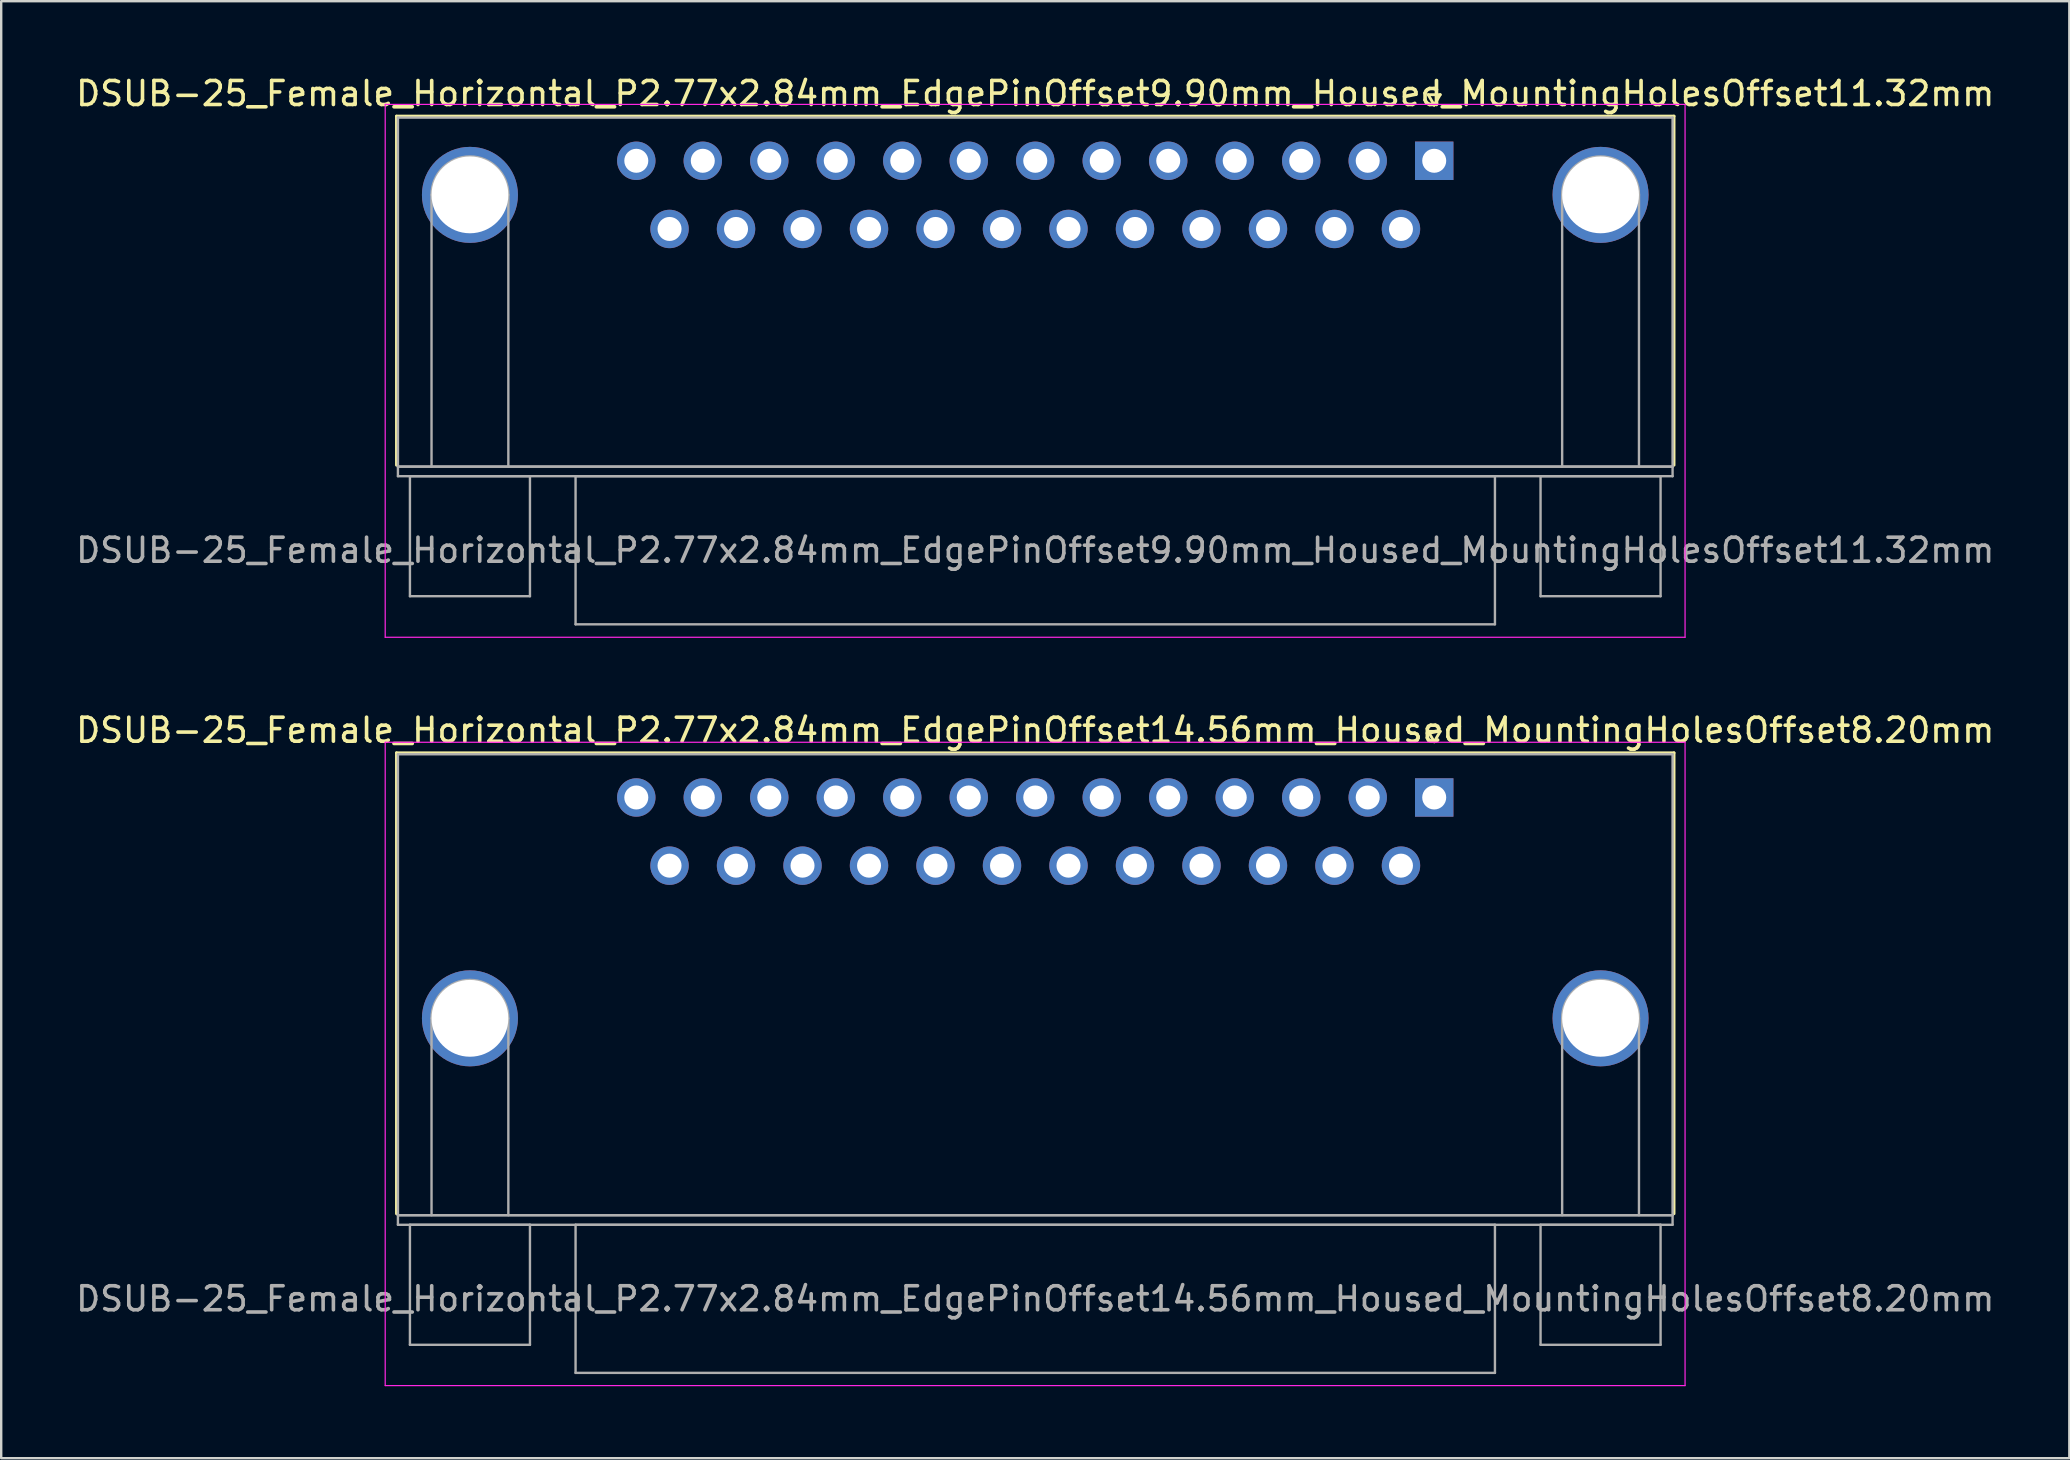
<source format=kicad_pcb>
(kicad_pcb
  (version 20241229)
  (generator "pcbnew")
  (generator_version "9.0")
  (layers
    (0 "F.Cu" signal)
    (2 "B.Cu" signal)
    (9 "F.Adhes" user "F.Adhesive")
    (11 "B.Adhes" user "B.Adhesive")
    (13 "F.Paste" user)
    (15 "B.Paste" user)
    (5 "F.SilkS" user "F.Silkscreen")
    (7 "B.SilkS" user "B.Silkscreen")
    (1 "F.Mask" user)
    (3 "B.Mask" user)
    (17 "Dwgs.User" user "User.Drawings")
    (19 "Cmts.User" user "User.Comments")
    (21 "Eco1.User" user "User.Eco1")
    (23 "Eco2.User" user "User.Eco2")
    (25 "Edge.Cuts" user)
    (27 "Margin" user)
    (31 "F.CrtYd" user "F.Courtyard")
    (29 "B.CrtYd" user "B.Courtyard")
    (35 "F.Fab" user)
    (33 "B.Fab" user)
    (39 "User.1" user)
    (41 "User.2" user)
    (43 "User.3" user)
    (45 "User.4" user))
  (footprint "DSUB-25_Female_Horizontal_P2.77x2.84mm_EdgePinOffset14.56mm_Housed_MountingHolesOffset8.20mm"
    (layer "F.Cu")
    (at 56.697 30.172)
    (property "Reference" "DSUB-25_Female_Horizontal_P2.77x2.84mm_EdgePinOffset14.56mm_Housed_MountingHolesOffset8.20mm" (at -16.62 -2.8 0) (layer "F.SilkS") (effects (font (size 1 1) (thickness 0.15))))
    (attr through_hole)
    (fp_line (start -43.23 -1.86) (end 9.99 -1.86) (stroke (width 0.12) (type solid)) (layer "F.SilkS"))
    (fp_line (start -43.23 17.34) (end -43.23 -1.86) (stroke (width 0.12) (type solid)) (layer "F.SilkS"))
    (fp_line (start -0.25 -2.754) (end 0.25 -2.754) (stroke (width 0.12) (type solid)) (layer "F.SilkS"))
    (fp_line (start 0 -2.321) (end -0.25 -2.754) (stroke (width 0.12) (type solid)) (layer "F.SilkS"))
    (fp_line (start 0.25 -2.754) (end 0 -2.321) (stroke (width 0.12) (type solid)) (layer "F.SilkS"))
    (fp_line (start 9.99 -1.86) (end 9.99 17.34) (stroke (width 0.12) (type solid)) (layer "F.SilkS"))
    (fp_line (start -43.7 -2.3) (end -43.7 24.5) (stroke (width 0.05) (type solid)) (layer "F.CrtYd"))
    (fp_line (start -43.7 24.5) (end 10.45 24.5) (stroke (width 0.05) (type solid)) (layer "F.CrtYd"))
    (fp_line (start 10.45 -2.3) (end -43.7 -2.3) (stroke (width 0.05) (type solid)) (layer "F.CrtYd"))
    (fp_line (start 10.45 24.5) (end 10.45 -2.3) (stroke (width 0.05) (type solid)) (layer "F.CrtYd"))
    (fp_line (start -43.17 -1.8) (end -43.17 17.4) (stroke (width 0.1) (type solid)) (layer "F.Fab"))
    (fp_line (start -43.17 17.4) (end -43.17 17.8) (stroke (width 0.1) (type solid)) (layer "F.Fab"))
    (fp_line (start -43.17 17.4) (end 9.93 17.4) (stroke (width 0.1) (type solid)) (layer "F.Fab"))
    (fp_line (start -43.17 17.8) (end 9.93 17.8) (stroke (width 0.1) (type solid)) (layer "F.Fab"))
    (fp_line (start -42.67 17.8) (end -42.67 22.8) (stroke (width 0.1) (type solid)) (layer "F.Fab"))
    (fp_line (start -42.67 22.8) (end -37.67 22.8) (stroke (width 0.1) (type solid)) (layer "F.Fab"))
    (fp_line (start -41.77 17.4) (end -41.77 9.2) (stroke (width 0.1) (type solid)) (layer "F.Fab"))
    (fp_line (start -38.57 17.4) (end -38.57 9.2) (stroke (width 0.1) (type solid)) (layer "F.Fab"))
    (fp_line (start -37.67 17.8) (end -42.67 17.8) (stroke (width 0.1) (type solid)) (layer "F.Fab"))
    (fp_line (start -37.67 22.8) (end -37.67 17.8) (stroke (width 0.1) (type solid)) (layer "F.Fab"))
    (fp_line (start -35.77 17.8) (end -35.77 23.97) (stroke (width 0.1) (type solid)) (layer "F.Fab"))
    (fp_line (start -35.77 23.97) (end 2.53 23.97) (stroke (width 0.1) (type solid)) (layer "F.Fab"))
    (fp_line (start 2.53 17.8) (end -35.77 17.8) (stroke (width 0.1) (type solid)) (layer "F.Fab"))
    (fp_line (start 2.53 23.97) (end 2.53 17.8) (stroke (width 0.1) (type solid)) (layer "F.Fab"))
    (fp_line (start 4.43 17.8) (end 4.43 22.8) (stroke (width 0.1) (type solid)) (layer "F.Fab"))
    (fp_line (start 4.43 22.8) (end 9.43 22.8) (stroke (width 0.1) (type solid)) (layer "F.Fab"))
    (fp_line (start 5.33 17.4) (end 5.33 9.2) (stroke (width 0.1) (type solid)) (layer "F.Fab"))
    (fp_line (start 8.53 17.4) (end 8.53 9.2) (stroke (width 0.1) (type solid)) (layer "F.Fab"))
    (fp_line (start 9.43 17.8) (end 4.43 17.8) (stroke (width 0.1) (type solid)) (layer "F.Fab"))
    (fp_line (start 9.43 22.8) (end 9.43 17.8) (stroke (width 0.1) (type solid)) (layer "F.Fab"))
    (fp_line (start 9.93 -1.8) (end -43.17 -1.8) (stroke (width 0.1) (type solid)) (layer "F.Fab"))
    (fp_line (start 9.93 17.4) (end -43.17 17.4) (stroke (width 0.1) (type solid)) (layer "F.Fab"))
    (fp_line (start 9.93 17.4) (end 9.93 -1.8) (stroke (width 0.1) (type solid)) (layer "F.Fab"))
    (fp_line (start 9.93 17.8) (end 9.93 17.4) (stroke (width 0.1) (type solid)) (layer "F.Fab"))
    (fp_arc (start -41.77 9.2) (mid -40.17 7.6) (end -38.57 9.2) (stroke (width 0.1) (type solid)) (layer "F.Fab"))
    (fp_arc (start 5.33 9.2) (mid 6.93 7.6) (end 8.53 9.2) (stroke (width 0.1) (type solid)) (layer "F.Fab"))
    (fp_text user "${REFERENCE}" (at -16.62 20.885 0) (layer "F.Fab") (effects (font (size 1 1) (thickness 0.15))))
    (pad "0" thru_hole circle (at -40.17 9.2) (size 4 4) (drill 3.2) (layers "*.Cu" "*.Mask"))
    (pad "0" thru_hole circle (at 6.93 9.2) (size 4 4) (drill 3.2) (layers "*.Cu" "*.Mask"))
    (pad "1" thru_hole rect (at 0 0) (size 1.6 1.6) (drill 1) (layers "*.Cu" "*.Mask"))
    (pad "2" thru_hole circle (at -2.77 0) (size 1.6 1.6) (drill 1) (layers "*.Cu" "*.Mask"))
    (pad "3" thru_hole circle (at -5.54 0) (size 1.6 1.6) (drill 1) (layers "*.Cu" "*.Mask"))
    (pad "4" thru_hole circle (at -8.31 0) (size 1.6 1.6) (drill 1) (layers "*.Cu" "*.Mask"))
    (pad "5" thru_hole circle (at -11.08 0) (size 1.6 1.6) (drill 1) (layers "*.Cu" "*.Mask"))
    (pad "6" thru_hole circle (at -13.85 0) (size 1.6 1.6) (drill 1) (layers "*.Cu" "*.Mask"))
    (pad "7" thru_hole circle (at -16.62 0) (size 1.6 1.6) (drill 1) (layers "*.Cu" "*.Mask"))
    (pad "8" thru_hole circle (at -19.39 0) (size 1.6 1.6) (drill 1) (layers "*.Cu" "*.Mask"))
    (pad "9" thru_hole circle (at -22.16 0) (size 1.6 1.6) (drill 1) (layers "*.Cu" "*.Mask"))
    (pad "10" thru_hole circle (at -24.93 0) (size 1.6 1.6) (drill 1) (layers "*.Cu" "*.Mask"))
    (pad "11" thru_hole circle (at -27.7 0) (size 1.6 1.6) (drill 1) (layers "*.Cu" "*.Mask"))
    (pad "12" thru_hole circle (at -30.47 0) (size 1.6 1.6) (drill 1) (layers "*.Cu" "*.Mask"))
    (pad "13" thru_hole circle (at -33.24 0) (size 1.6 1.6) (drill 1) (layers "*.Cu" "*.Mask"))
    (pad "14" thru_hole circle (at -1.385 2.84) (size 1.6 1.6) (drill 1) (layers "*.Cu" "*.Mask"))
    (pad "15" thru_hole circle (at -4.155 2.84) (size 1.6 1.6) (drill 1) (layers "*.Cu" "*.Mask"))
    (pad "16" thru_hole circle (at -6.925 2.84) (size 1.6 1.6) (drill 1) (layers "*.Cu" "*.Mask"))
    (pad "17" thru_hole circle (at -9.695 2.84) (size 1.6 1.6) (drill 1) (layers "*.Cu" "*.Mask"))
    (pad "18" thru_hole circle (at -12.465 2.84) (size 1.6 1.6) (drill 1) (layers "*.Cu" "*.Mask"))
    (pad "19" thru_hole circle (at -15.235 2.84) (size 1.6 1.6) (drill 1) (layers "*.Cu" "*.Mask"))
    (pad "20" thru_hole circle (at -18.005 2.84) (size 1.6 1.6) (drill 1) (layers "*.Cu" "*.Mask"))
    (pad "21" thru_hole circle (at -20.775 2.84) (size 1.6 1.6) (drill 1) (layers "*.Cu" "*.Mask"))
    (pad "22" thru_hole circle (at -23.545 2.84) (size 1.6 1.6) (drill 1) (layers "*.Cu" "*.Mask"))
    (pad "23" thru_hole circle (at -26.315 2.84) (size 1.6 1.6) (drill 1) (layers "*.Cu" "*.Mask"))
    (pad "24" thru_hole circle (at -29.085 2.84) (size 1.6 1.6) (drill 1) (layers "*.Cu" "*.Mask"))
    (pad "25" thru_hole circle (at -31.855 2.84) (size 1.6 1.6) (drill 1) (layers "*.Cu" "*.Mask")))
  (footprint "DSUB-25_Female_Horizontal_P2.77x2.84mm_EdgePinOffset9.90mm_Housed_MountingHolesOffset11.32mm"
    (layer "F.Cu")
    (at 56.697 3.648)
    (property "Reference" "DSUB-25_Female_Horizontal_P2.77x2.84mm_EdgePinOffset9.90mm_Housed_MountingHolesOffset11.32mm" (at -16.62 -2.8 0) (layer "F.SilkS") (effects (font (size 1 1) (thickness 0.15))))
    (attr through_hole)
    (fp_line (start -43.23 -1.86) (end 9.99 -1.86) (stroke (width 0.12) (type solid)) (layer "F.SilkS"))
    (fp_line (start -43.23 12.68) (end -43.23 -1.86) (stroke (width 0.12) (type solid)) (layer "F.SilkS"))
    (fp_line (start -0.25 -2.754) (end 0.25 -2.754) (stroke (width 0.12) (type solid)) (layer "F.SilkS"))
    (fp_line (start 0 -2.321) (end -0.25 -2.754) (stroke (width 0.12) (type solid)) (layer "F.SilkS"))
    (fp_line (start 0.25 -2.754) (end 0 -2.321) (stroke (width 0.12) (type solid)) (layer "F.SilkS"))
    (fp_line (start 9.99 -1.86) (end 9.99 12.68) (stroke (width 0.12) (type solid)) (layer "F.SilkS"))
    (fp_line (start -43.7 -2.35) (end -43.7 19.85) (stroke (width 0.05) (type solid)) (layer "F.CrtYd"))
    (fp_line (start -43.7 19.85) (end 10.45 19.85) (stroke (width 0.05) (type solid)) (layer "F.CrtYd"))
    (fp_line (start 10.45 -2.35) (end -43.7 -2.35) (stroke (width 0.05) (type solid)) (layer "F.CrtYd"))
    (fp_line (start 10.45 19.85) (end 10.45 -2.35) (stroke (width 0.05) (type solid)) (layer "F.CrtYd"))
    (fp_line (start -43.17 -1.8) (end -43.17 12.74) (stroke (width 0.1) (type solid)) (layer "F.Fab"))
    (fp_line (start -43.17 12.74) (end -43.17 13.14) (stroke (width 0.1) (type solid)) (layer "F.Fab"))
    (fp_line (start -43.17 12.74) (end 9.93 12.74) (stroke (width 0.1) (type solid)) (layer "F.Fab"))
    (fp_line (start -43.17 13.14) (end 9.93 13.14) (stroke (width 0.1) (type solid)) (layer "F.Fab"))
    (fp_line (start -42.67 13.14) (end -42.67 18.14) (stroke (width 0.1) (type solid)) (layer "F.Fab"))
    (fp_line (start -42.67 18.14) (end -37.67 18.14) (stroke (width 0.1) (type solid)) (layer "F.Fab"))
    (fp_line (start -41.77 12.74) (end -41.77 1.42) (stroke (width 0.1) (type solid)) (layer "F.Fab"))
    (fp_line (start -38.57 12.74) (end -38.57 1.42) (stroke (width 0.1) (type solid)) (layer "F.Fab"))
    (fp_line (start -37.67 13.14) (end -42.67 13.14) (stroke (width 0.1) (type solid)) (layer "F.Fab"))
    (fp_line (start -37.67 18.14) (end -37.67 13.14) (stroke (width 0.1) (type solid)) (layer "F.Fab"))
    (fp_line (start -35.77 13.14) (end -35.77 19.31) (stroke (width 0.1) (type solid)) (layer "F.Fab"))
    (fp_line (start -35.77 19.31) (end 2.53 19.31) (stroke (width 0.1) (type solid)) (layer "F.Fab"))
    (fp_line (start 2.53 13.14) (end -35.77 13.14) (stroke (width 0.1) (type solid)) (layer "F.Fab"))
    (fp_line (start 2.53 19.31) (end 2.53 13.14) (stroke (width 0.1) (type solid)) (layer "F.Fab"))
    (fp_line (start 4.43 13.14) (end 4.43 18.14) (stroke (width 0.1) (type solid)) (layer "F.Fab"))
    (fp_line (start 4.43 18.14) (end 9.43 18.14) (stroke (width 0.1) (type solid)) (layer "F.Fab"))
    (fp_line (start 5.33 12.74) (end 5.33 1.42) (stroke (width 0.1) (type solid)) (layer "F.Fab"))
    (fp_line (start 8.53 12.74) (end 8.53 1.42) (stroke (width 0.1) (type solid)) (layer "F.Fab"))
    (fp_line (start 9.43 13.14) (end 4.43 13.14) (stroke (width 0.1) (type solid)) (layer "F.Fab"))
    (fp_line (start 9.43 18.14) (end 9.43 13.14) (stroke (width 0.1) (type solid)) (layer "F.Fab"))
    (fp_line (start 9.93 -1.8) (end -43.17 -1.8) (stroke (width 0.1) (type solid)) (layer "F.Fab"))
    (fp_line (start 9.93 12.74) (end -43.17 12.74) (stroke (width 0.1) (type solid)) (layer "F.Fab"))
    (fp_line (start 9.93 12.74) (end 9.93 -1.8) (stroke (width 0.1) (type solid)) (layer "F.Fab"))
    (fp_line (start 9.93 13.14) (end 9.93 12.74) (stroke (width 0.1) (type solid)) (layer "F.Fab"))
    (fp_arc (start -41.77 1.42) (mid -40.17 -0.18) (end -38.57 1.42) (stroke (width 0.1) (type solid)) (layer "F.Fab"))
    (fp_arc (start 5.33 1.42) (mid 6.93 -0.18) (end 8.53 1.42) (stroke (width 0.1) (type solid)) (layer "F.Fab"))
    (fp_text user "${REFERENCE}" (at -16.62 16.225 0) (layer "F.Fab") (effects (font (size 1 1) (thickness 0.15))))
    (pad "0" thru_hole circle (at -40.17 1.42) (size 4 4) (drill 3.2) (layers "*.Cu" "*.Mask"))
    (pad "0" thru_hole circle (at 6.93 1.42) (size 4 4) (drill 3.2) (layers "*.Cu" "*.Mask"))
    (pad "1" thru_hole rect (at 0 0) (size 1.6 1.6) (drill 1) (layers "*.Cu" "*.Mask"))
    (pad "2" thru_hole circle (at -2.77 0) (size 1.6 1.6) (drill 1) (layers "*.Cu" "*.Mask"))
    (pad "3" thru_hole circle (at -5.54 0) (size 1.6 1.6) (drill 1) (layers "*.Cu" "*.Mask"))
    (pad "4" thru_hole circle (at -8.31 0) (size 1.6 1.6) (drill 1) (layers "*.Cu" "*.Mask"))
    (pad "5" thru_hole circle (at -11.08 0) (size 1.6 1.6) (drill 1) (layers "*.Cu" "*.Mask"))
    (pad "6" thru_hole circle (at -13.85 0) (size 1.6 1.6) (drill 1) (layers "*.Cu" "*.Mask"))
    (pad "7" thru_hole circle (at -16.62 0) (size 1.6 1.6) (drill 1) (layers "*.Cu" "*.Mask"))
    (pad "8" thru_hole circle (at -19.39 0) (size 1.6 1.6) (drill 1) (layers "*.Cu" "*.Mask"))
    (pad "9" thru_hole circle (at -22.16 0) (size 1.6 1.6) (drill 1) (layers "*.Cu" "*.Mask"))
    (pad "10" thru_hole circle (at -24.93 0) (size 1.6 1.6) (drill 1) (layers "*.Cu" "*.Mask"))
    (pad "11" thru_hole circle (at -27.7 0) (size 1.6 1.6) (drill 1) (layers "*.Cu" "*.Mask"))
    (pad "12" thru_hole circle (at -30.47 0) (size 1.6 1.6) (drill 1) (layers "*.Cu" "*.Mask"))
    (pad "13" thru_hole circle (at -33.24 0) (size 1.6 1.6) (drill 1) (layers "*.Cu" "*.Mask"))
    (pad "14" thru_hole circle (at -1.385 2.84) (size 1.6 1.6) (drill 1) (layers "*.Cu" "*.Mask"))
    (pad "15" thru_hole circle (at -4.155 2.84) (size 1.6 1.6) (drill 1) (layers "*.Cu" "*.Mask"))
    (pad "16" thru_hole circle (at -6.925 2.84) (size 1.6 1.6) (drill 1) (layers "*.Cu" "*.Mask"))
    (pad "17" thru_hole circle (at -9.695 2.84) (size 1.6 1.6) (drill 1) (layers "*.Cu" "*.Mask"))
    (pad "18" thru_hole circle (at -12.465 2.84) (size 1.6 1.6) (drill 1) (layers "*.Cu" "*.Mask"))
    (pad "19" thru_hole circle (at -15.235 2.84) (size 1.6 1.6) (drill 1) (layers "*.Cu" "*.Mask"))
    (pad "20" thru_hole circle (at -18.005 2.84) (size 1.6 1.6) (drill 1) (layers "*.Cu" "*.Mask"))
    (pad "21" thru_hole circle (at -20.775 2.84) (size 1.6 1.6) (drill 1) (layers "*.Cu" "*.Mask"))
    (pad "22" thru_hole circle (at -23.545 2.84) (size 1.6 1.6) (drill 1) (layers "*.Cu" "*.Mask"))
    (pad "23" thru_hole circle (at -26.315 2.84) (size 1.6 1.6) (drill 1) (layers "*.Cu" "*.Mask"))
    (pad "24" thru_hole circle (at -29.085 2.84) (size 1.6 1.6) (drill 1) (layers "*.Cu" "*.Mask"))
    (pad "25" thru_hole circle (at -31.855 2.84) (size 1.6 1.6) (drill 1) (layers "*.Cu" "*.Mask")))
  (gr_rect
    (start -3 -3)
    (end 83.155 57.697)
    (stroke (width 0.1) (type default))
    (fill no)
    (layer "Edge.Cuts")))
</source>
